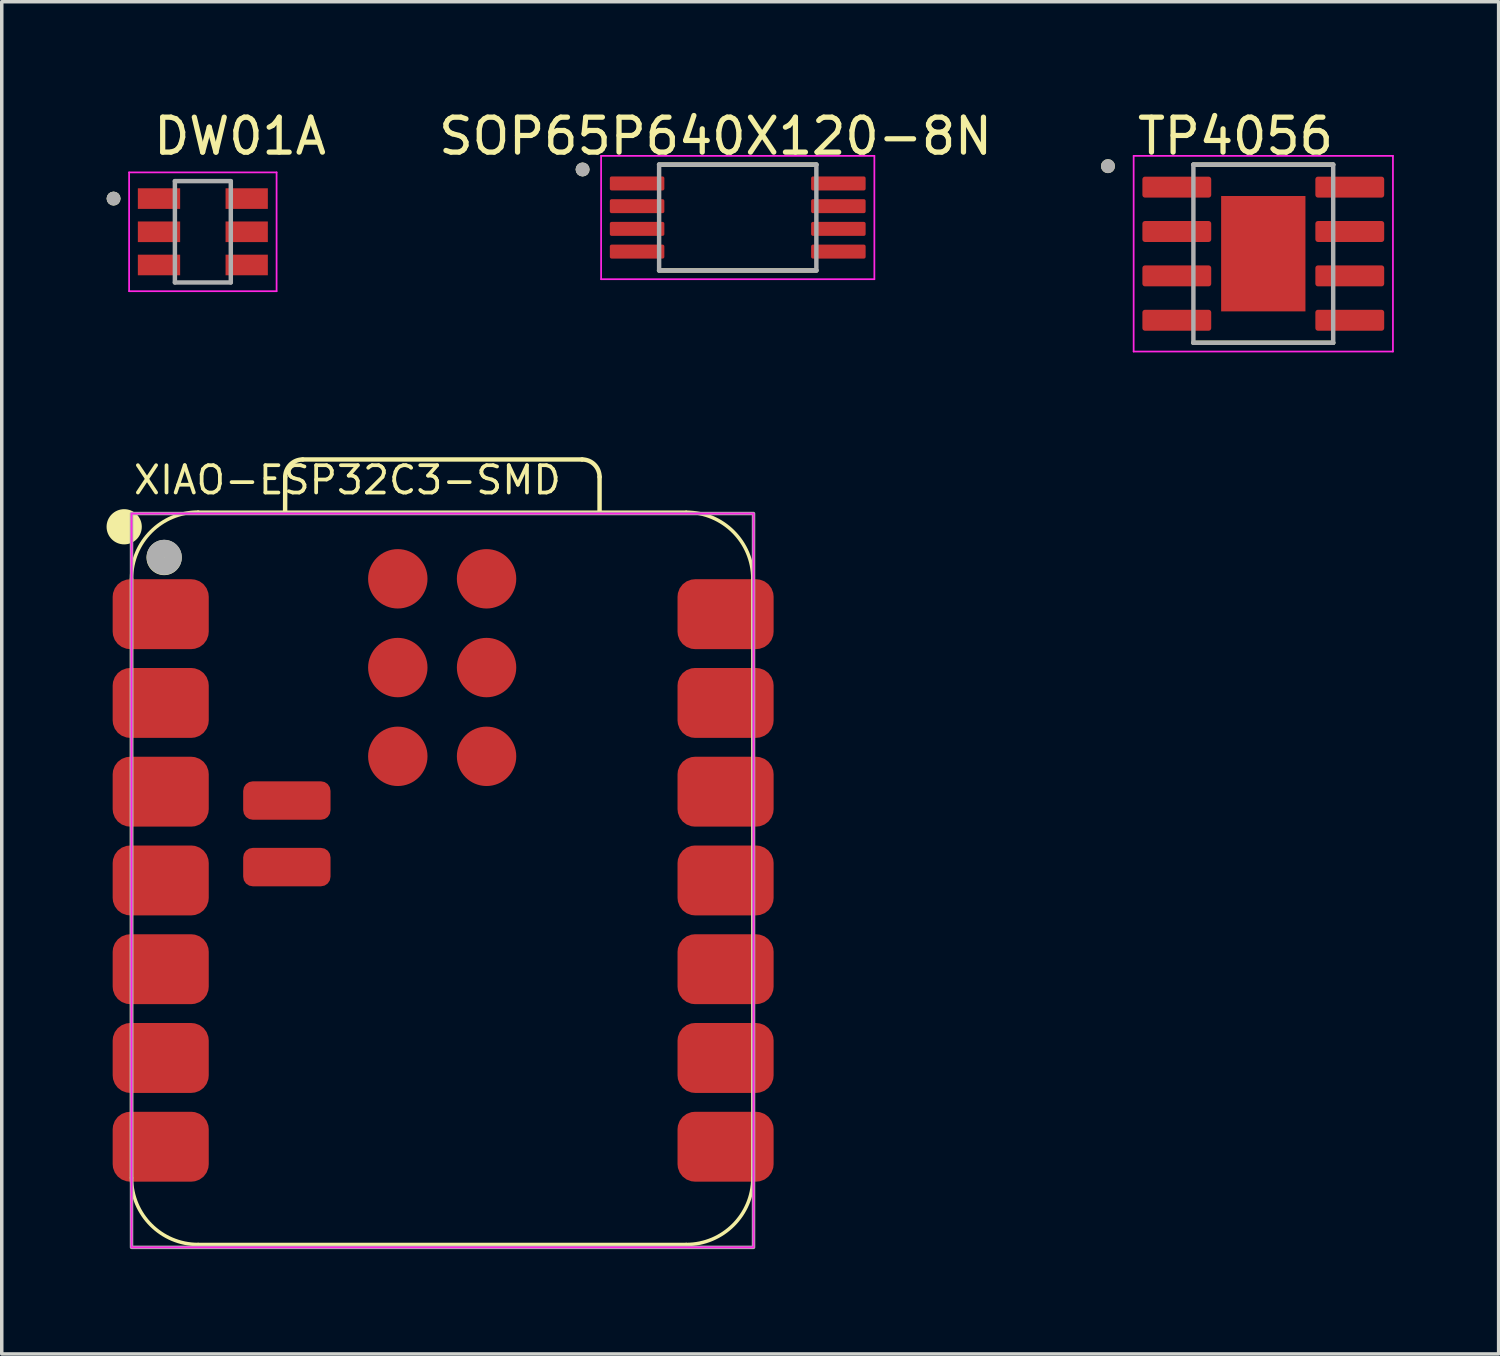
<source format=kicad_pcb>
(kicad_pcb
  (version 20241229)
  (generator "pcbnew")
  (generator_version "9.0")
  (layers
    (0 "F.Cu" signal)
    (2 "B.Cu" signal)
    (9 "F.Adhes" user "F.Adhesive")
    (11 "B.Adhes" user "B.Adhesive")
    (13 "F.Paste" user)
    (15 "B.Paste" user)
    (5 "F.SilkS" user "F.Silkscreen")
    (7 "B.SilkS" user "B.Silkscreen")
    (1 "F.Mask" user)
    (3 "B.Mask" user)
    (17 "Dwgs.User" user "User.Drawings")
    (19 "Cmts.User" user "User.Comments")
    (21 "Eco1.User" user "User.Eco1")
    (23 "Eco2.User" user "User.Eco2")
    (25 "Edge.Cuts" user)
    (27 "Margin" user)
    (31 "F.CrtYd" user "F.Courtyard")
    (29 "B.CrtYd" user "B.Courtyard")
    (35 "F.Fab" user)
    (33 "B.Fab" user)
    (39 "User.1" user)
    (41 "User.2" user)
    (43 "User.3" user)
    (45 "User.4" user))
  (footprint "TP4056"
    (layer "F.Cu")
    (at 33.102 4.21)
    (property "Reference" "TP4056" (at -0.795 -3.362 0) (layer "F.SilkS") (effects (font (size 1 1) (thickness 0.15))))
    (attr smd)
    (fp_line (start -2 -2.55) (end 2 -2.55) (stroke (width 0.127) (type solid)) (layer "F.SilkS"))
    (fp_line (start -2 2.55) (end 2 2.55) (stroke (width 0.127) (type solid)) (layer "F.SilkS"))
    (fp_circle (center -4.445 -2.505) (end -4.345 -2.505) (stroke (width 0.2) (type solid)) (fill no) (layer "F.SilkS"))
    (fp_poly (pts (xy -0.645 -0.82) (xy 0.645 -0.82) (xy 0.645 0.82) (xy -0.645 0.82)) (stroke (width 0.01) (type solid)) (fill yes) (layer "F.Paste"))
    (fp_line (start -3.71 -2.8) (end -3.71 2.8) (stroke (width 0.05) (type solid)) (layer "F.CrtYd"))
    (fp_line (start -3.71 -2.8) (end 3.71 -2.8) (stroke (width 0.05) (type solid)) (layer "F.CrtYd"))
    (fp_line (start -3.71 2.8) (end 3.71 2.8) (stroke (width 0.05) (type solid)) (layer "F.CrtYd"))
    (fp_line (start 3.71 -2.8) (end 3.71 2.8) (stroke (width 0.05) (type solid)) (layer "F.CrtYd"))
    (fp_line (start -2 -2.55) (end -2 2.55) (stroke (width 0.127) (type solid)) (layer "F.Fab"))
    (fp_line (start -2 -2.55) (end 2 -2.55) (stroke (width 0.127) (type solid)) (layer "F.Fab"))
    (fp_line (start -2 2.55) (end 2 2.55) (stroke (width 0.127) (type solid)) (layer "F.Fab"))
    (fp_line (start 2 -2.55) (end 2 2.55) (stroke (width 0.127) (type solid)) (layer "F.Fab"))
    (fp_circle (center -4.445 -2.505) (end -4.345 -2.505) (stroke (width 0.2) (type solid)) (fill no) (layer "F.Fab"))
    (pad "1" smd roundrect (at -2.475 -1.905) (size 1.97 0.6) (layers "F.Cu" "F.Mask" "F.Paste") (roundrect_rratio 0.125))
    (pad "2" smd roundrect (at -2.475 -0.635) (size 1.97 0.6) (layers "F.Cu" "F.Mask" "F.Paste") (roundrect_rratio 0.125))
    (pad "3" smd roundrect (at -2.475 0.635) (size 1.97 0.6) (layers "F.Cu" "F.Mask" "F.Paste") (roundrect_rratio 0.125))
    (pad "4" smd roundrect (at -2.475 1.905) (size 1.97 0.6) (layers "F.Cu" "F.Mask" "F.Paste") (roundrect_rratio 0.125))
    (pad "5" smd roundrect (at 2.475 1.905) (size 1.97 0.6) (layers "F.Cu" "F.Mask" "F.Paste") (roundrect_rratio 0.125))
    (pad "6" smd roundrect (at 2.475 0.635) (size 1.97 0.6) (layers "F.Cu" "F.Mask" "F.Paste") (roundrect_rratio 0.125))
    (pad "7" smd roundrect (at 2.475 -0.635) (size 1.97 0.6) (layers "F.Cu" "F.Mask" "F.Paste") (roundrect_rratio 0.125))
    (pad "8" smd roundrect (at 2.475 -1.905) (size 1.97 0.6) (layers "F.Cu" "F.Mask" "F.Paste") (roundrect_rratio 0.125))
    (pad "9" smd rect (at 0 0) (size 2.413 3.302) (layers "F.Cu" "F.Mask")))
  (footprint "SOP65P640X120-8N"
    (layer "F.Cu")
    (at 18.062 3.175)
    (property "Reference" "SOP65P640X120-8N" (at -0.635 -2.327 0) (layer "F.SilkS") (effects (font (size 1 1) (thickness 0.15))))
    (attr smd)
    (fp_line (start -2.25 -1.515) (end 2.25 -1.515) (stroke (width 0.127) (type solid)) (layer "F.SilkS"))
    (fp_line (start -2.25 1.515) (end 2.25 1.515) (stroke (width 0.127) (type solid)) (layer "F.SilkS"))
    (fp_circle (center -4.44 -1.375) (end -4.34 -1.375) (stroke (width 0.2) (type solid)) (fill no) (layer "F.SilkS"))
    (fp_line (start -3.91 -1.765) (end -3.91 1.765) (stroke (width 0.05) (type solid)) (layer "F.CrtYd"))
    (fp_line (start -3.91 -1.765) (end 3.91 -1.765) (stroke (width 0.05) (type solid)) (layer "F.CrtYd"))
    (fp_line (start -3.91 1.765) (end 3.91 1.765) (stroke (width 0.05) (type solid)) (layer "F.CrtYd"))
    (fp_line (start 3.91 -1.765) (end 3.91 1.765) (stroke (width 0.05) (type solid)) (layer "F.CrtYd"))
    (fp_line (start -2.25 -1.515) (end -2.25 1.515) (stroke (width 0.127) (type solid)) (layer "F.Fab"))
    (fp_line (start -2.25 -1.515) (end 2.25 -1.515) (stroke (width 0.127) (type solid)) (layer "F.Fab"))
    (fp_line (start -2.25 1.515) (end 2.25 1.515) (stroke (width 0.127) (type solid)) (layer "F.Fab"))
    (fp_line (start 2.25 -1.515) (end 2.25 1.515) (stroke (width 0.127) (type solid)) (layer "F.Fab"))
    (fp_circle (center -4.44 -1.375) (end -4.34 -1.375) (stroke (width 0.2) (type solid)) (fill no) (layer "F.Fab"))
    (pad "1" smd roundrect (at -2.88 -0.975) (size 1.56 0.4) (layers "F.Cu" "F.Mask" "F.Paste") (roundrect_rratio 0.125))
    (pad "2" smd roundrect (at -2.88 -0.325) (size 1.56 0.4) (layers "F.Cu" "F.Mask" "F.Paste") (roundrect_rratio 0.125))
    (pad "3" smd roundrect (at -2.88 0.325) (size 1.56 0.4) (layers "F.Cu" "F.Mask" "F.Paste") (roundrect_rratio 0.125))
    (pad "4" smd roundrect (at -2.88 0.975) (size 1.56 0.4) (layers "F.Cu" "F.Mask" "F.Paste") (roundrect_rratio 0.125))
    (pad "5" smd roundrect (at 2.88 0.975) (size 1.56 0.4) (layers "F.Cu" "F.Mask" "F.Paste") (roundrect_rratio 0.125))
    (pad "6" smd roundrect (at 2.88 0.325) (size 1.56 0.4) (layers "F.Cu" "F.Mask" "F.Paste") (roundrect_rratio 0.125))
    (pad "7" smd roundrect (at 2.88 -0.325) (size 1.56 0.4) (layers "F.Cu" "F.Mask" "F.Paste") (roundrect_rratio 0.125))
    (pad "8" smd roundrect (at 2.88 -0.975) (size 1.56 0.4) (layers "F.Cu" "F.Mask" "F.Paste") (roundrect_rratio 0.125)))
  (footprint "DW01A"
    (layer "F.Cu")
    (at 2.755 3.583)
    (property "Reference" "DW01A" (at 1.065 -2.735 0) (layer "F.SilkS") (effects (font (size 1 1) (thickness 0.15))))
    (attr smd)
    (fp_circle (center -2.555 -0.95) (end -2.455 -0.95) (stroke (width 0.2) (type solid)) (fill no) (layer "F.SilkS"))
    (fp_line (start -2.11 -1.7) (end -2.11 1.7) (stroke (width 0.05) (type solid)) (layer "F.CrtYd"))
    (fp_line (start -2.11 1.7) (end 2.11 1.7) (stroke (width 0.05) (type solid)) (layer "F.CrtYd"))
    (fp_line (start 2.11 -1.7) (end -2.11 -1.7) (stroke (width 0.05) (type solid)) (layer "F.CrtYd"))
    (fp_line (start 2.11 1.7) (end 2.11 -1.7) (stroke (width 0.05) (type solid)) (layer "F.CrtYd"))
    (fp_line (start -0.8 -1.45) (end 0.8 -1.45) (stroke (width 0.127) (type solid)) (layer "F.Fab"))
    (fp_line (start -0.8 1.45) (end -0.8 -1.45) (stroke (width 0.127) (type solid)) (layer "F.Fab"))
    (fp_line (start 0.8 -1.45) (end 0.8 1.45) (stroke (width 0.127) (type solid)) (layer "F.Fab"))
    (fp_line (start 0.8 1.45) (end -0.8 1.45) (stroke (width 0.127) (type solid)) (layer "F.Fab"))
    (fp_circle (center -2.555 -0.95) (end -2.455 -0.95) (stroke (width 0.2) (type solid)) (fill no) (layer "F.Fab"))
    (pad "1" smd rect (at -1.255 -0.95) (size 1.21 0.59) (layers "F.Cu" "F.Mask" "F.Paste"))
    (pad "2" smd rect (at -1.255 0) (size 1.21 0.59) (layers "F.Cu" "F.Mask" "F.Paste"))
    (pad "3" smd rect (at -1.255 0.95) (size 1.21 0.59) (layers "F.Cu" "F.Mask" "F.Paste"))
    (pad "4" smd rect (at 1.255 0.95) (size 1.21 0.59) (layers "F.Cu" "F.Mask" "F.Paste"))
    (pad "5" smd rect (at 1.255 0) (size 1.21 0.59) (layers "F.Cu" "F.Mask" "F.Paste"))
    (pad "6" smd rect (at 1.255 -0.95) (size 1.21 0.59) (layers "F.Cu" "F.Mask" "F.Paste")))
  (footprint "XIAO-ESP32C3-SMD"
    (layer "F.Cu")
    (at 9.549 22.106)
    (property "Reference" "XIAO-ESP32C3-SMD" (at -8.835 -10.96 0) (layer "F.SilkS") (effects (font (size 0.782 0.782) (thickness 0.107)) (justify left bottom)))
    (fp_line (start -8.835 8.553) (end -8.835 -8.592) (stroke (width 0.1) (type solid)) (layer "F.SilkS"))
    (fp_line (start -6.93 10.458) (end 7.04 10.458) (stroke (width 0.1) (type solid)) (layer "F.SilkS"))
    (fp_line (start -4.44 -10.497) (end -4.436 -11.507) (stroke (width 0.127) (type solid)) (layer "F.SilkS"))
    (fp_line (start -3.936 -12.007) (end 4.059 -12.007) (stroke (width 0.127) (type solid)) (layer "F.SilkS"))
    (fp_line (start 4.559 -11.507) (end 4.559 -10.497) (stroke (width 0.127) (type solid)) (layer "F.SilkS"))
    (fp_line (start 7.04 -10.497) (end -6.93 -10.497) (stroke (width 0.1) (type solid)) (layer "F.SilkS"))
    (fp_line (start 8.945 8.553) (end 8.945 -8.592) (stroke (width 0.1) (type solid)) (layer "F.SilkS"))
    (fp_arc (start -8.835 -8.596) (mid -8.277038 -9.943038) (end -6.93 -10.501) (stroke (width 0.1) (type solid)) (layer "F.SilkS"))
    (fp_arc (start -6.93 10.458) (mid -8.277038 9.900038) (end -8.835 8.553) (stroke (width 0.1) (type solid)) (layer "F.SilkS"))
    (fp_arc (start -4.436272 -11.507272) (mid -4.289724 -11.860644) (end -3.936272 -12.007) (stroke (width 0.127) (type default)) (layer "F.SilkS"))
    (fp_arc (start 4.059 -12.007) (mid 4.412553 -11.860553) (end 4.559 -11.507) (stroke (width 0.127) (type default)) (layer "F.SilkS"))
    (fp_arc (start 7.04 -10.497) (mid 8.387038 -9.939038) (end 8.945 -8.592) (stroke (width 0.1) (type solid)) (layer "F.SilkS"))
    (fp_arc (start 8.945 8.553) (mid 8.387038 9.900038) (end 7.04 10.458) (stroke (width 0.1) (type solid)) (layer "F.SilkS"))
    (fp_circle (center -9.045 -10.081) (end -9.045 -10.335) (stroke (width 0.5) (type solid)) (fill yes) (layer "F.SilkS"))
    (fp_circle (center -7.902 -9.201) (end -7.902 -9.455) (stroke (width 0.5) (type solid)) (fill yes) (layer "F.SilkS"))
    (fp_rect (start 8.965 10.54) (end -8.835 -10.46) (stroke (width 0.05) (type default)) (fill no) (layer "F.CrtYd"))
    (fp_rect (start -8.835 -10.46) (end 8.965 10.54) (stroke (width 0.1) (type default)) (fill no) (layer "F.Fab"))
    (fp_circle (center -7.899 -9.207) (end -7.899 -9.461) (stroke (width 0.5) (type solid)) (fill no) (layer "F.Fab"))
    (pad "1" smd roundrect (at -8 -7.58) (size 2.75 2) (layers "F.Cu" "F.Mask" "F.Paste") (roundrect_rratio 0.25))
    (pad "2" smd roundrect (at -8 -5.04) (size 2.75 2) (layers "F.Cu" "F.Mask" "F.Paste") (roundrect_rratio 0.25))
    (pad "3" smd roundrect (at -8 -2.5) (size 2.75 2) (layers "F.Cu" "F.Mask" "F.Paste") (roundrect_rratio 0.25))
    (pad "4" smd roundrect (at -8 0.04) (size 2.75 2) (layers "F.Cu" "F.Mask" "F.Paste") (roundrect_rratio 0.25))
    (pad "5" smd roundrect (at -8 2.58) (size 2.75 2) (layers "F.Cu" "F.Mask" "F.Paste") (roundrect_rratio 0.25))
    (pad "6" smd roundrect (at -8 5.12) (size 2.75 2) (layers "F.Cu" "F.Mask" "F.Paste") (roundrect_rratio 0.25))
    (pad "7" smd roundrect (at -8 7.66) (size 2.75 2) (layers "F.Cu" "F.Mask" "F.Paste") (roundrect_rratio 0.25))
    (pad "8" smd roundrect (at 8.165 7.66) (size 2.75 2) (layers "F.Cu" "F.Mask" "F.Paste") (roundrect_rratio 0.25))
    (pad "9" smd roundrect (at 8.165 5.12) (size 2.75 2) (layers "F.Cu" "F.Mask" "F.Paste") (roundrect_rratio 0.25))
    (pad "10" smd roundrect (at 8.165 2.58) (size 2.75 2) (layers "F.Cu" "F.Mask" "F.Paste") (roundrect_rratio 0.25))
    (pad "11" smd roundrect (at 8.165 0.04) (size 2.75 2) (layers "F.Cu" "F.Mask" "F.Paste") (roundrect_rratio 0.25))
    (pad "12" smd roundrect (at 8.165 -2.5) (size 2.75 2) (layers "F.Cu" "F.Mask" "F.Paste") (roundrect_rratio 0.25))
    (pad "13" smd roundrect (at 8.165 -5.04) (size 2.75 2) (layers "F.Cu" "F.Mask" "F.Paste") (roundrect_rratio 0.25))
    (pad "14" smd roundrect (at 8.165 -7.58) (size 2.75 2) (layers "F.Cu" "F.Mask" "F.Paste") (roundrect_rratio 0.25))
    (pad "15" smd roundrect (at -4.39 -0.342 180) (size 2.5 1.1) (layers "F.Cu" "F.Mask" "F.Paste") (roundrect_rratio 0.25))
    (pad "16" smd roundrect (at -4.39 -2.247 180) (size 2.5 1.1) (layers "F.Cu" "F.Mask" "F.Paste") (roundrect_rratio 0.25))
    (pad "17" smd circle (at -1.215 -8.592) (size 1.7 1.7) (layers "F.Cu" "F.Mask" "F.Paste"))
    (pad "18" smd circle (at 1.325 -8.592) (size 1.7 1.7) (layers "F.Cu" "F.Mask" "F.Paste"))
    (pad "19" smd circle (at -1.215 -6.052) (size 1.7 1.7) (layers "F.Cu" "F.Mask" "F.Paste"))
    (pad "20" smd circle (at 1.325 -6.052) (size 1.7 1.7) (layers "F.Cu" "F.Mask" "F.Paste"))
    (pad "21" smd circle (at -1.215 -3.512) (size 1.7 1.7) (layers "F.Cu" "F.Mask" "F.Paste"))
    (pad "22" smd circle (at 1.325 -3.512) (size 1.7 1.7) (layers "F.Cu" "F.Mask" "F.Paste")))
  (gr_rect
    (start -3 -3)
    (end 39.837 35.696)
    (stroke (width 0.1) (type default))
    (fill no)
    (layer "Edge.Cuts")))
</source>
